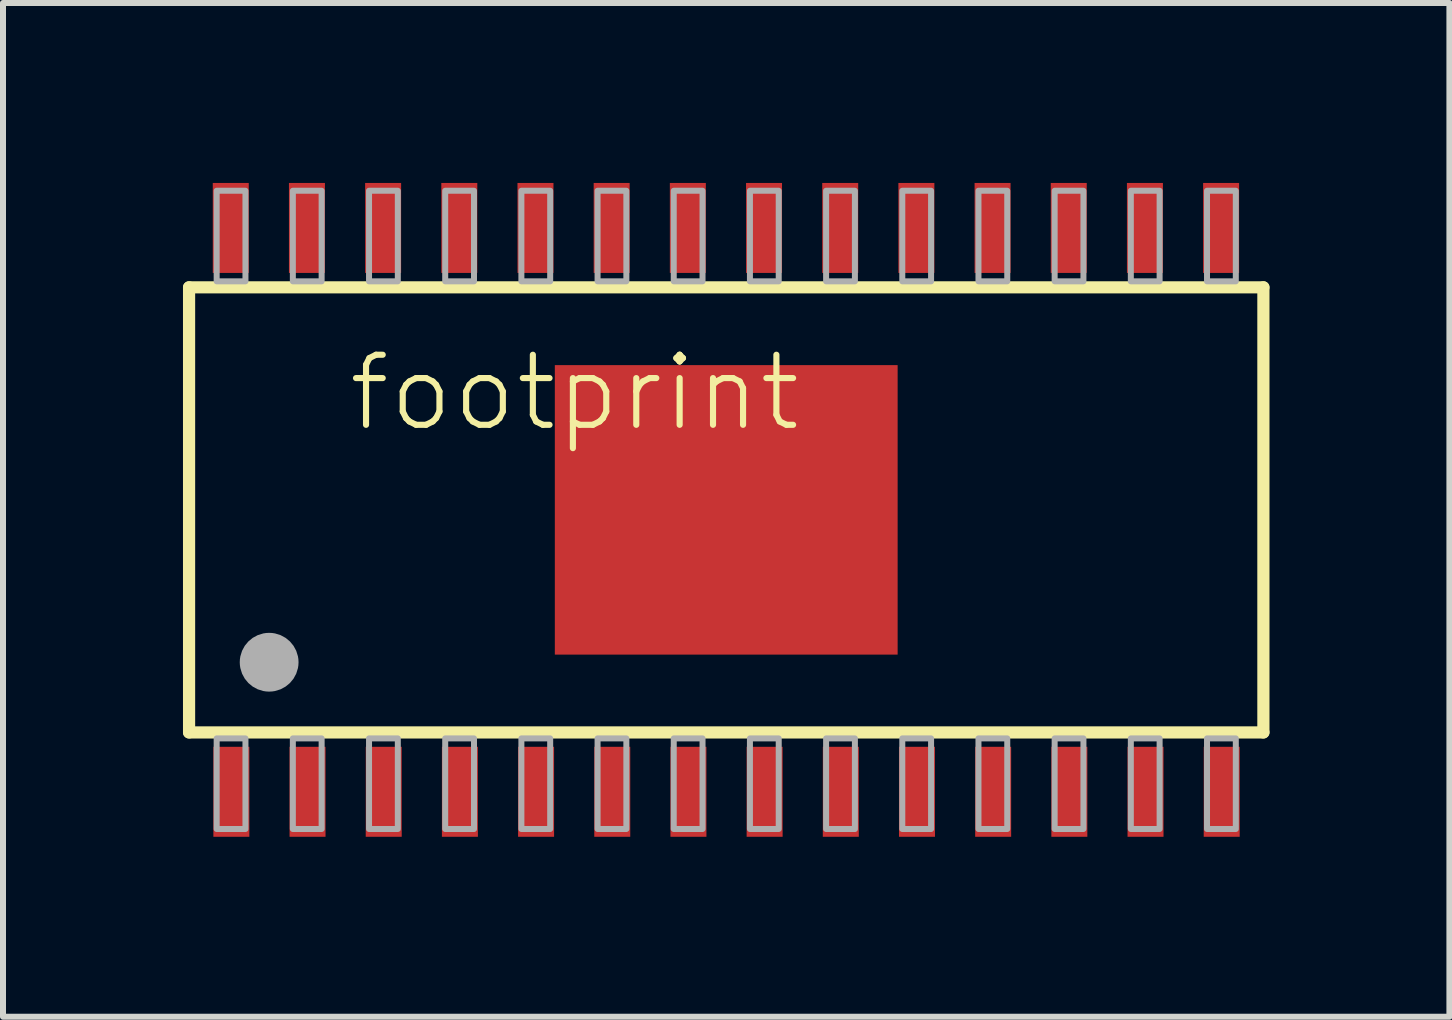
<source format=kicad_pcb>
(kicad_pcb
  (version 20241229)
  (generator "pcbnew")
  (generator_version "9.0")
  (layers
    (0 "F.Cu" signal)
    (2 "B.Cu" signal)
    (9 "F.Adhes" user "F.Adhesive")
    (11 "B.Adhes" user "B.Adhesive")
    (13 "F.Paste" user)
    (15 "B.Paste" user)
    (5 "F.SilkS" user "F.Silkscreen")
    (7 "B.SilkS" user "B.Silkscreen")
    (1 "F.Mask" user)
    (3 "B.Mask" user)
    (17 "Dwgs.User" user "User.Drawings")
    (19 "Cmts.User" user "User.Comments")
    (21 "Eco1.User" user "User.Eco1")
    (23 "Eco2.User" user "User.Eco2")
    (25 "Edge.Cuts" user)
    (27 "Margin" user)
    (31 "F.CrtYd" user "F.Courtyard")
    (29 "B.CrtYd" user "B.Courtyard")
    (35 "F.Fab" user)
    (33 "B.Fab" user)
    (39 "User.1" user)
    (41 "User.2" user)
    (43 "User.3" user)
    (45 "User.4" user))
  (footprint "footprint"
    (layer "F.Cu")
    (at 9.057 5.45)
    (property "Reference" "footprint" (at -6.35 -1.27 0) (layer "F.SilkS") (effects (font (size 1.168 1.168) (thickness 0.102)) (justify left bottom)))
    (fp_poly (pts (xy -2.855 2.41) (xy 2.855 2.41) (xy 2.855 -2.41) (xy -2.855 -2.41)) (stroke (width 0) (type solid)) (fill yes) (layer "F.Mask"))
    (fp_line (start -8.955 -3.71) (end 8.955 -3.71) (stroke (width 0.203) (type solid)) (layer "F.SilkS"))
    (fp_line (start -8.955 3.71) (end -8.955 -3.71) (stroke (width 0.203) (type solid)) (layer "F.SilkS"))
    (fp_line (start 8.955 -3.71) (end 8.955 3.71) (stroke (width 0.203) (type solid)) (layer "F.SilkS"))
    (fp_line (start 8.955 3.71) (end -8.955 3.71) (stroke (width 0.203) (type solid)) (layer "F.SilkS"))
    (fp_poly (pts (xy -2.79 2.285) (xy 2.79 2.285) (xy 2.79 -2.285) (xy -2.79 -2.285)) (stroke (width 0) (type solid)) (fill yes) (layer "F.Paste"))
    (fp_circle (center -7.62 2.54) (end -7.375 2.54) (stroke (width 0.49) (type solid)) (fill no) (layer "F.Fab"))
    (fp_poly (pts (xy -8.495 5.32) (xy -8.015 5.32) (xy -8.015 3.81) (xy -8.495 3.81)) (stroke (width 0.1) (type solid)) (fill no) (layer "F.Fab"))
    (fp_poly (pts (xy -8.015 -5.32) (xy -8.495 -5.32) (xy -8.495 -3.81) (xy -8.015 -3.81)) (stroke (width 0.1) (type solid)) (fill no) (layer "F.Fab"))
    (fp_poly (pts (xy -7.225 5.32) (xy -6.745 5.32) (xy -6.745 3.81) (xy -7.225 3.81)) (stroke (width 0.1) (type solid)) (fill no) (layer "F.Fab"))
    (fp_poly (pts (xy -6.745 -5.32) (xy -7.225 -5.32) (xy -7.225 -3.81) (xy -6.745 -3.81)) (stroke (width 0.1) (type solid)) (fill no) (layer "F.Fab"))
    (fp_poly (pts (xy -5.955 5.32) (xy -5.475 5.32) (xy -5.475 3.81) (xy -5.955 3.81)) (stroke (width 0.1) (type solid)) (fill no) (layer "F.Fab"))
    (fp_poly (pts (xy -5.475 -5.32) (xy -5.955 -5.32) (xy -5.955 -3.81) (xy -5.475 -3.81)) (stroke (width 0.1) (type solid)) (fill no) (layer "F.Fab"))
    (fp_poly (pts (xy -4.685 5.32) (xy -4.205 5.32) (xy -4.205 3.81) (xy -4.685 3.81)) (stroke (width 0.1) (type solid)) (fill no) (layer "F.Fab"))
    (fp_poly (pts (xy -4.205 -5.32) (xy -4.685 -5.32) (xy -4.685 -3.81) (xy -4.205 -3.81)) (stroke (width 0.1) (type solid)) (fill no) (layer "F.Fab"))
    (fp_poly (pts (xy -3.415 5.32) (xy -2.935 5.32) (xy -2.935 3.81) (xy -3.415 3.81)) (stroke (width 0.1) (type solid)) (fill no) (layer "F.Fab"))
    (fp_poly (pts (xy -2.935 -5.32) (xy -3.415 -5.32) (xy -3.415 -3.81) (xy -2.935 -3.81)) (stroke (width 0.1) (type solid)) (fill no) (layer "F.Fab"))
    (fp_poly (pts (xy -2.145 5.32) (xy -1.665 5.32) (xy -1.665 3.81) (xy -2.145 3.81)) (stroke (width 0.1) (type solid)) (fill no) (layer "F.Fab"))
    (fp_poly (pts (xy -1.665 -5.32) (xy -2.145 -5.32) (xy -2.145 -3.81) (xy -1.665 -3.81)) (stroke (width 0.1) (type solid)) (fill no) (layer "F.Fab"))
    (fp_poly (pts (xy -0.875 5.32) (xy -0.395 5.32) (xy -0.395 3.81) (xy -0.875 3.81)) (stroke (width 0.1) (type solid)) (fill no) (layer "F.Fab"))
    (fp_poly (pts (xy -0.395 -5.32) (xy -0.875 -5.32) (xy -0.875 -3.81) (xy -0.395 -3.81)) (stroke (width 0.1) (type solid)) (fill no) (layer "F.Fab"))
    (fp_poly (pts (xy 0.395 5.32) (xy 0.875 5.32) (xy 0.875 3.81) (xy 0.395 3.81)) (stroke (width 0.1) (type solid)) (fill no) (layer "F.Fab"))
    (fp_poly (pts (xy 0.875 -5.32) (xy 0.395 -5.32) (xy 0.395 -3.81) (xy 0.875 -3.81)) (stroke (width 0.1) (type solid)) (fill no) (layer "F.Fab"))
    (fp_poly (pts (xy 1.665 5.32) (xy 2.145 5.32) (xy 2.145 3.81) (xy 1.665 3.81)) (stroke (width 0.1) (type solid)) (fill no) (layer "F.Fab"))
    (fp_poly (pts (xy 2.145 -5.32) (xy 1.665 -5.32) (xy 1.665 -3.81) (xy 2.145 -3.81)) (stroke (width 0.1) (type solid)) (fill no) (layer "F.Fab"))
    (fp_poly (pts (xy 2.935 5.32) (xy 3.415 5.32) (xy 3.415 3.81) (xy 2.935 3.81)) (stroke (width 0.1) (type solid)) (fill no) (layer "F.Fab"))
    (fp_poly (pts (xy 3.415 -5.32) (xy 2.935 -5.32) (xy 2.935 -3.81) (xy 3.415 -3.81)) (stroke (width 0.1) (type solid)) (fill no) (layer "F.Fab"))
    (fp_poly (pts (xy 4.205 5.32) (xy 4.685 5.32) (xy 4.685 3.81) (xy 4.205 3.81)) (stroke (width 0.1) (type solid)) (fill no) (layer "F.Fab"))
    (fp_poly (pts (xy 4.685 -5.32) (xy 4.205 -5.32) (xy 4.205 -3.81) (xy 4.685 -3.81)) (stroke (width 0.1) (type solid)) (fill no) (layer "F.Fab"))
    (fp_poly (pts (xy 5.475 5.32) (xy 5.955 5.32) (xy 5.955 3.81) (xy 5.475 3.81)) (stroke (width 0.1) (type solid)) (fill no) (layer "F.Fab"))
    (fp_poly (pts (xy 5.955 -5.32) (xy 5.475 -5.32) (xy 5.475 -3.81) (xy 5.955 -3.81)) (stroke (width 0.1) (type solid)) (fill no) (layer "F.Fab"))
    (fp_poly (pts (xy 6.745 5.32) (xy 7.225 5.32) (xy 7.225 3.81) (xy 6.745 3.81)) (stroke (width 0.1) (type solid)) (fill no) (layer "F.Fab"))
    (fp_poly (pts (xy 7.225 -5.32) (xy 6.745 -5.32) (xy 6.745 -3.81) (xy 7.225 -3.81)) (stroke (width 0.1) (type solid)) (fill no) (layer "F.Fab"))
    (fp_poly (pts (xy 8.015 5.32) (xy 8.495 5.32) (xy 8.495 3.81) (xy 8.015 3.81)) (stroke (width 0.1) (type solid)) (fill no) (layer "F.Fab"))
    (fp_poly (pts (xy 8.495 -5.32) (xy 8.015 -5.32) (xy 8.015 -3.81) (xy 8.495 -3.81)) (stroke (width 0.1) (type solid)) (fill no) (layer "F.Fab"))
    (pad "1" smd rect (at -8.25 4.7) (size 0.6 1.5) (layers "F.Cu" "F.Mask" "F.Paste"))
    (pad "2" smd rect (at -6.98 4.7) (size 0.6 1.5) (layers "F.Cu" "F.Mask" "F.Paste"))
    (pad "3" smd rect (at -5.71 4.7) (size 0.6 1.5) (layers "F.Cu" "F.Mask" "F.Paste"))
    (pad "4" smd rect (at -4.44 4.7) (size 0.6 1.5) (layers "F.Cu" "F.Mask" "F.Paste"))
    (pad "5" smd rect (at -3.17 4.7) (size 0.6 1.5) (layers "F.Cu" "F.Mask" "F.Paste"))
    (pad "6" smd rect (at -1.9 4.7) (size 0.6 1.5) (layers "F.Cu" "F.Mask" "F.Paste"))
    (pad "7" smd rect (at -0.63 4.7) (size 0.6 1.5) (layers "F.Cu" "F.Mask" "F.Paste"))
    (pad "8" smd rect (at 0.64 4.7) (size 0.6 1.5) (layers "F.Cu" "F.Mask" "F.Paste"))
    (pad "9" smd rect (at 1.91 4.7) (size 0.6 1.5) (layers "F.Cu" "F.Mask" "F.Paste"))
    (pad "10" smd rect (at 3.18 4.7) (size 0.6 1.5) (layers "F.Cu" "F.Mask" "F.Paste"))
    (pad "11" smd rect (at 4.45 4.7) (size 0.6 1.5) (layers "F.Cu" "F.Mask" "F.Paste"))
    (pad "12" smd rect (at 5.72 4.7) (size 0.6 1.5) (layers "F.Cu" "F.Mask" "F.Paste"))
    (pad "13" smd rect (at 6.99 4.7) (size 0.6 1.5) (layers "F.Cu" "F.Mask" "F.Paste"))
    (pad "14" smd rect (at 8.26 4.7) (size 0.6 1.5) (layers "F.Cu" "F.Mask" "F.Paste"))
    (pad "15" smd rect (at 8.25 -4.7 180) (size 0.6 1.5) (layers "F.Cu" "F.Mask" "F.Paste"))
    (pad "16" smd rect (at 6.98 -4.7 180) (size 0.6 1.5) (layers "F.Cu" "F.Mask" "F.Paste"))
    (pad "17" smd rect (at 5.71 -4.7 180) (size 0.6 1.5) (layers "F.Cu" "F.Mask" "F.Paste"))
    (pad "18" smd rect (at 4.44 -4.7 180) (size 0.6 1.5) (layers "F.Cu" "F.Mask" "F.Paste"))
    (pad "19" smd rect (at 3.17 -4.7 180) (size 0.6 1.5) (layers "F.Cu" "F.Mask" "F.Paste"))
    (pad "20" smd rect (at 1.9 -4.7 180) (size 0.6 1.5) (layers "F.Cu" "F.Mask" "F.Paste"))
    (pad "21" smd rect (at 0.63 -4.7 180) (size 0.6 1.5) (layers "F.Cu" "F.Mask" "F.Paste"))
    (pad "22" smd rect (at -0.64 -4.7 180) (size 0.6 1.5) (layers "F.Cu" "F.Mask" "F.Paste"))
    (pad "23" smd rect (at -1.91 -4.7 180) (size 0.6 1.5) (layers "F.Cu" "F.Mask" "F.Paste"))
    (pad "24" smd rect (at -3.18 -4.7 180) (size 0.6 1.5) (layers "F.Cu" "F.Mask" "F.Paste"))
    (pad "25" smd rect (at -4.45 -4.7 180) (size 0.6 1.5) (layers "F.Cu" "F.Mask" "F.Paste"))
    (pad "26" smd rect (at -5.72 -4.7 180) (size 0.6 1.5) (layers "F.Cu" "F.Mask" "F.Paste"))
    (pad "27" smd rect (at -6.99 -4.7 180) (size 0.6 1.5) (layers "F.Cu" "F.Mask" "F.Paste"))
    (pad "28" smd rect (at -8.26 -4.7 180) (size 0.6 1.5) (layers "F.Cu" "F.Mask" "F.Paste"))
    (pad "EXP" smd rect (at 0 0) (size 5.715 4.826) (layers "F.Cu")))
  (gr_rect
    (start -3 -3)
    (end 21.113 13.9)
    (stroke (width 0.1) (type default))
    (fill no)
    (layer "Edge.Cuts")))
</source>
